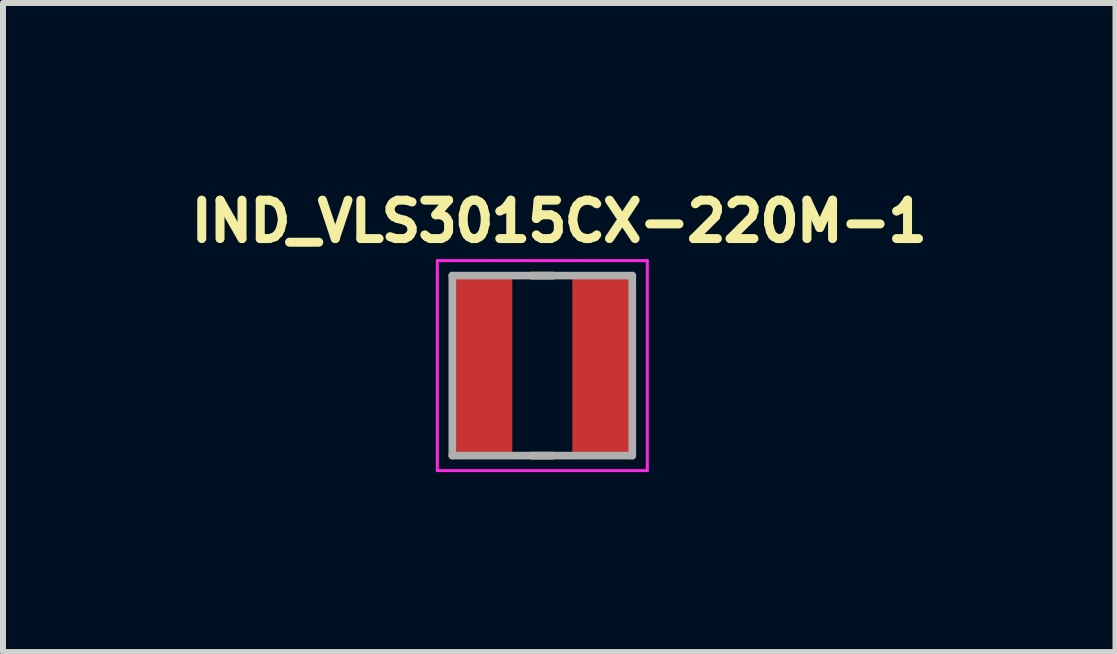
<source format=kicad_pcb>
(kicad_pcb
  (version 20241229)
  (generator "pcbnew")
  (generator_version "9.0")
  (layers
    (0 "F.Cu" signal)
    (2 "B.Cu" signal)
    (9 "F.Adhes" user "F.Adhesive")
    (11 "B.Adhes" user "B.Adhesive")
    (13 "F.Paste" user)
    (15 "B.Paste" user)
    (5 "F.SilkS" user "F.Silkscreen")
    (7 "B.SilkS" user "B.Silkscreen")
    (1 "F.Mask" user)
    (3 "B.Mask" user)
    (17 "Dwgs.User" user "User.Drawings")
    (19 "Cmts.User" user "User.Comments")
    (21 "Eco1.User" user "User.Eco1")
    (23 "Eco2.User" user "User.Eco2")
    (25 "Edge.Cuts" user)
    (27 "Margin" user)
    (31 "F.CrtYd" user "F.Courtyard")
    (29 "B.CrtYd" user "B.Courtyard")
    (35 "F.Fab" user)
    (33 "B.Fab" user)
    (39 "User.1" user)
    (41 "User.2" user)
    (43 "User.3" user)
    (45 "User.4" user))
  (footprint "IND_VLS3015CX-220M-1"
    (layer "F.Cu")
    (at 5.989 3.044)
    (property "Reference" "IND_VLS3015CX-220M-1" (at 0.282 -2.406 0) (layer "F.SilkS") (effects (font (size 0.64 0.64) (thickness 0.15))))
    (attr smd)
    (fp_line (start -0.18 -1.5) (end 0.18 -1.5) (stroke (width 0.127) (type solid)) (layer "F.SilkS"))
    (fp_line (start -0.18 1.5) (end 0.18 1.5) (stroke (width 0.127) (type solid)) (layer "F.SilkS"))
    (fp_line (start -1.75 -1.75) (end -1.75 1.75) (stroke (width 0.05) (type solid)) (layer "F.CrtYd"))
    (fp_line (start -1.75 1.75) (end 1.75 1.75) (stroke (width 0.05) (type solid)) (layer "F.CrtYd"))
    (fp_line (start 1.75 -1.75) (end -1.75 -1.75) (stroke (width 0.05) (type solid)) (layer "F.CrtYd"))
    (fp_line (start 1.75 1.75) (end 1.75 -1.75) (stroke (width 0.05) (type solid)) (layer "F.CrtYd"))
    (fp_line (start -1.5 -1.5) (end -1.5 1.5) (stroke (width 0.127) (type solid)) (layer "F.Fab"))
    (fp_line (start -1.5 -1.5) (end 1.5 -1.5) (stroke (width 0.127) (type solid)) (layer "F.Fab"))
    (fp_line (start -1.5 1.5) (end 1.5 1.5) (stroke (width 0.127) (type solid)) (layer "F.Fab"))
    (fp_line (start 1.5 -1.5) (end 1.5 1.5) (stroke (width 0.127) (type solid)) (layer "F.Fab"))
    (pad "1" smd rect (at -1 0) (size 1 3) (layers "F.Cu" "F.Mask" "F.Paste"))
    (pad "2" smd rect (at 1 0) (size 1 3) (layers "F.Cu" "F.Mask" "F.Paste")))
  (gr_rect
    (start -3 -3)
    (end 15.543 7.819)
    (stroke (width 0.1) (type default))
    (fill no)
    (layer "Edge.Cuts")))
</source>
